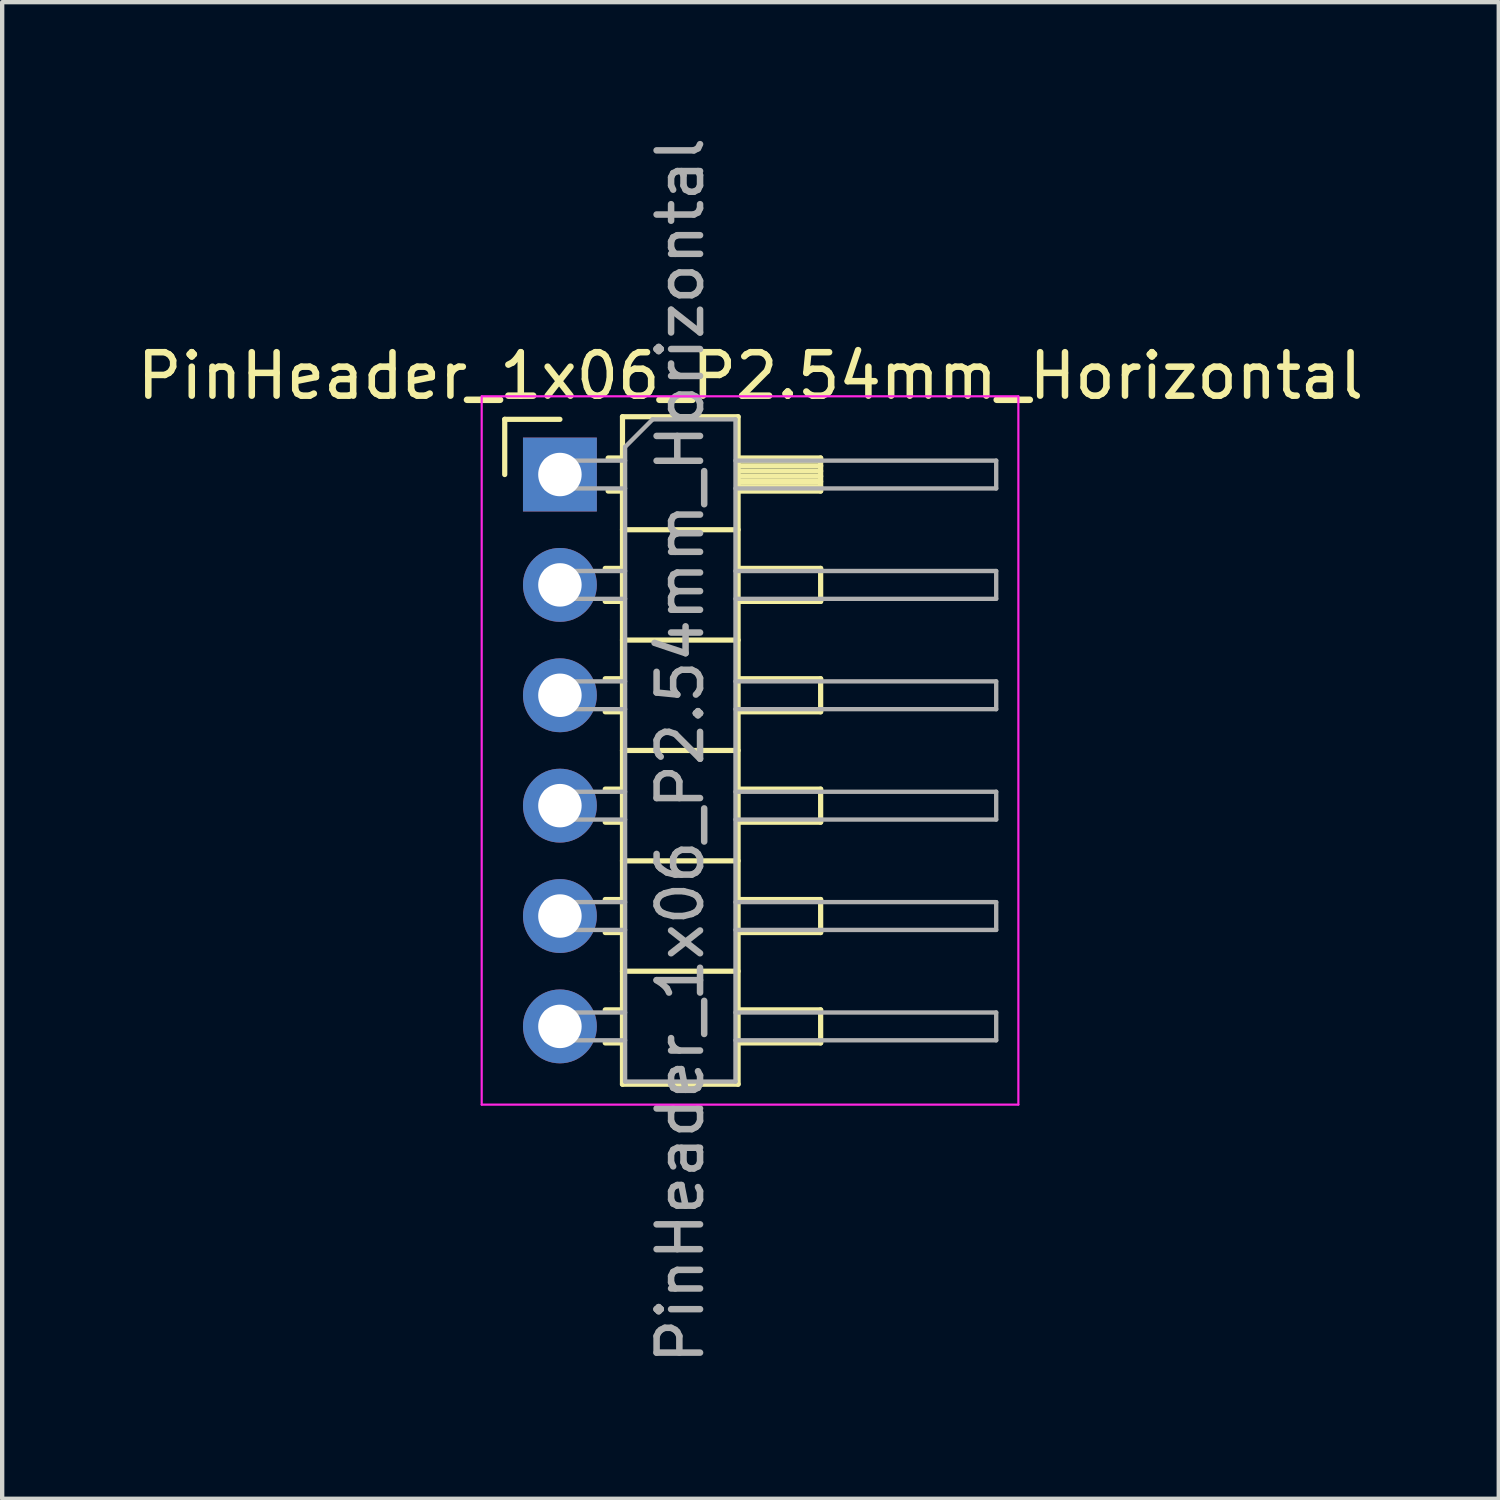
<source format=kicad_pcb>
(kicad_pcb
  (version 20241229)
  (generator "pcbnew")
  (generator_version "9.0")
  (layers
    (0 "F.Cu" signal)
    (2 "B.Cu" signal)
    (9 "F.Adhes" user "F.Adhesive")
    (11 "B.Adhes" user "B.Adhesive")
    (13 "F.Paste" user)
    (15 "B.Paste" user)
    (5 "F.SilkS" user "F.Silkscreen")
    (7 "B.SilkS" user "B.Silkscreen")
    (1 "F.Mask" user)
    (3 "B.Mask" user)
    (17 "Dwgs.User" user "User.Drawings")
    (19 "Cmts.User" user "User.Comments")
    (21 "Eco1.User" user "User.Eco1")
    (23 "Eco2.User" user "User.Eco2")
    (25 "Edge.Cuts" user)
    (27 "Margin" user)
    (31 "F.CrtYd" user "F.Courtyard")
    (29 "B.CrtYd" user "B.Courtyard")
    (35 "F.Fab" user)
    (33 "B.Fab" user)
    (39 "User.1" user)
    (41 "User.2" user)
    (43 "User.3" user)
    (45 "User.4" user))
  (footprint "PinHeader_1x06_P2.54mm_Horizontal"
    (layer "F.Cu")
    (at 9.835 14.22)
    (property "Reference" "PinHeader_1x06_P2.54mm_Horizontal" (at 4.385 -8.62 0) (layer "F.SilkS") (effects (font (size 1 1) (thickness 0.15))))
    (attr through_hole)
    (fp_line (start -1.27 -7.62) (end 0 -7.62) (stroke (width 0.12) (type solid)) (layer "F.SilkS"))
    (fp_line (start -1.27 -6.35) (end -1.27 -7.62) (stroke (width 0.12) (type solid)) (layer "F.SilkS"))
    (fp_line (start 1.043 -4.19) (end 1.44 -4.19) (stroke (width 0.12) (type solid)) (layer "F.SilkS"))
    (fp_line (start 1.043 -3.43) (end 1.44 -3.43) (stroke (width 0.12) (type solid)) (layer "F.SilkS"))
    (fp_line (start 1.043 -1.65) (end 1.44 -1.65) (stroke (width 0.12) (type solid)) (layer "F.SilkS"))
    (fp_line (start 1.043 -0.89) (end 1.44 -0.89) (stroke (width 0.12) (type solid)) (layer "F.SilkS"))
    (fp_line (start 1.043 0.89) (end 1.44 0.89) (stroke (width 0.12) (type solid)) (layer "F.SilkS"))
    (fp_line (start 1.043 1.65) (end 1.44 1.65) (stroke (width 0.12) (type solid)) (layer "F.SilkS"))
    (fp_line (start 1.043 3.43) (end 1.44 3.43) (stroke (width 0.12) (type solid)) (layer "F.SilkS"))
    (fp_line (start 1.043 4.19) (end 1.44 4.19) (stroke (width 0.12) (type solid)) (layer "F.SilkS"))
    (fp_line (start 1.043 5.97) (end 1.44 5.97) (stroke (width 0.12) (type solid)) (layer "F.SilkS"))
    (fp_line (start 1.043 6.73) (end 1.44 6.73) (stroke (width 0.12) (type solid)) (layer "F.SilkS"))
    (fp_line (start 1.11 -6.73) (end 1.44 -6.73) (stroke (width 0.12) (type solid)) (layer "F.SilkS"))
    (fp_line (start 1.11 -5.97) (end 1.44 -5.97) (stroke (width 0.12) (type solid)) (layer "F.SilkS"))
    (fp_line (start 1.44 -7.68) (end 1.44 7.68) (stroke (width 0.12) (type solid)) (layer "F.SilkS"))
    (fp_line (start 1.44 -5.08) (end 4.1 -5.08) (stroke (width 0.12) (type solid)) (layer "F.SilkS"))
    (fp_line (start 1.44 -2.54) (end 4.1 -2.54) (stroke (width 0.12) (type solid)) (layer "F.SilkS"))
    (fp_line (start 1.44 0) (end 4.1 0) (stroke (width 0.12) (type solid)) (layer "F.SilkS"))
    (fp_line (start 1.44 2.54) (end 4.1 2.54) (stroke (width 0.12) (type solid)) (layer "F.SilkS"))
    (fp_line (start 1.44 5.08) (end 4.1 5.08) (stroke (width 0.12) (type solid)) (layer "F.SilkS"))
    (fp_line (start 1.44 7.68) (end 4.1 7.68) (stroke (width 0.12) (type solid)) (layer "F.SilkS"))
    (fp_line (start 4.1 -7.68) (end 1.44 -7.68) (stroke (width 0.12) (type solid)) (layer "F.SilkS"))
    (fp_line (start 4.1 -6.73) (end 6 -6.73) (stroke (width 0.12) (type solid)) (layer "F.SilkS"))
    (fp_line (start 4.1 -6.67) (end 6 -6.67) (stroke (width 0.12) (type solid)) (layer "F.SilkS"))
    (fp_line (start 4.1 -6.55) (end 6 -6.55) (stroke (width 0.12) (type solid)) (layer "F.SilkS"))
    (fp_line (start 4.1 -6.43) (end 6 -6.43) (stroke (width 0.12) (type solid)) (layer "F.SilkS"))
    (fp_line (start 4.1 -6.31) (end 6 -6.31) (stroke (width 0.12) (type solid)) (layer "F.SilkS"))
    (fp_line (start 4.1 -6.19) (end 6 -6.19) (stroke (width 0.12) (type solid)) (layer "F.SilkS"))
    (fp_line (start 4.1 -6.07) (end 6 -6.07) (stroke (width 0.12) (type solid)) (layer "F.SilkS"))
    (fp_line (start 4.1 -4.19) (end 6 -4.19) (stroke (width 0.12) (type solid)) (layer "F.SilkS"))
    (fp_line (start 4.1 -1.65) (end 6 -1.65) (stroke (width 0.12) (type solid)) (layer "F.SilkS"))
    (fp_line (start 4.1 0.89) (end 6 0.89) (stroke (width 0.12) (type solid)) (layer "F.SilkS"))
    (fp_line (start 4.1 3.43) (end 6 3.43) (stroke (width 0.12) (type solid)) (layer "F.SilkS"))
    (fp_line (start 4.1 5.97) (end 6 5.97) (stroke (width 0.12) (type solid)) (layer "F.SilkS"))
    (fp_line (start 4.1 7.68) (end 4.1 -7.68) (stroke (width 0.12) (type solid)) (layer "F.SilkS"))
    (fp_line (start 6 -6.73) (end 6 -5.97) (stroke (width 0.12) (type solid)) (layer "F.SilkS"))
    (fp_line (start 6 -5.97) (end 4.1 -5.97) (stroke (width 0.12) (type solid)) (layer "F.SilkS"))
    (fp_line (start 6 -4.19) (end 6 -3.43) (stroke (width 0.12) (type solid)) (layer "F.SilkS"))
    (fp_line (start 6 -3.43) (end 4.1 -3.43) (stroke (width 0.12) (type solid)) (layer "F.SilkS"))
    (fp_line (start 6 -1.65) (end 6 -0.89) (stroke (width 0.12) (type solid)) (layer "F.SilkS"))
    (fp_line (start 6 -0.89) (end 4.1 -0.89) (stroke (width 0.12) (type solid)) (layer "F.SilkS"))
    (fp_line (start 6 0.89) (end 6 1.65) (stroke (width 0.12) (type solid)) (layer "F.SilkS"))
    (fp_line (start 6 1.65) (end 4.1 1.65) (stroke (width 0.12) (type solid)) (layer "F.SilkS"))
    (fp_line (start 6 3.43) (end 6 4.19) (stroke (width 0.12) (type solid)) (layer "F.SilkS"))
    (fp_line (start 6 4.19) (end 4.1 4.19) (stroke (width 0.12) (type solid)) (layer "F.SilkS"))
    (fp_line (start 6 5.97) (end 6 6.73) (stroke (width 0.12) (type solid)) (layer "F.SilkS"))
    (fp_line (start 6 6.73) (end 4.1 6.73) (stroke (width 0.12) (type solid)) (layer "F.SilkS"))
    (fp_line (start -1.8 -8.15) (end -1.8 8.15) (stroke (width 0.05) (type solid)) (layer "F.CrtYd"))
    (fp_line (start -1.8 8.15) (end 10.55 8.15) (stroke (width 0.05) (type solid)) (layer "F.CrtYd"))
    (fp_line (start 10.55 -8.15) (end -1.8 -8.15) (stroke (width 0.05) (type solid)) (layer "F.CrtYd"))
    (fp_line (start 10.55 8.15) (end 10.55 -8.15) (stroke (width 0.05) (type solid)) (layer "F.CrtYd"))
    (fp_line (start -0.32 -6.67) (end -0.32 -6.03) (stroke (width 0.1) (type solid)) (layer "F.Fab"))
    (fp_line (start -0.32 -6.67) (end 1.5 -6.67) (stroke (width 0.1) (type solid)) (layer "F.Fab"))
    (fp_line (start -0.32 -6.03) (end 1.5 -6.03) (stroke (width 0.1) (type solid)) (layer "F.Fab"))
    (fp_line (start -0.32 -4.13) (end -0.32 -3.49) (stroke (width 0.1) (type solid)) (layer "F.Fab"))
    (fp_line (start -0.32 -4.13) (end 1.5 -4.13) (stroke (width 0.1) (type solid)) (layer "F.Fab"))
    (fp_line (start -0.32 -3.49) (end 1.5 -3.49) (stroke (width 0.1) (type solid)) (layer "F.Fab"))
    (fp_line (start -0.32 -1.59) (end -0.32 -0.95) (stroke (width 0.1) (type solid)) (layer "F.Fab"))
    (fp_line (start -0.32 -1.59) (end 1.5 -1.59) (stroke (width 0.1) (type solid)) (layer "F.Fab"))
    (fp_line (start -0.32 -0.95) (end 1.5 -0.95) (stroke (width 0.1) (type solid)) (layer "F.Fab"))
    (fp_line (start -0.32 0.95) (end -0.32 1.59) (stroke (width 0.1) (type solid)) (layer "F.Fab"))
    (fp_line (start -0.32 0.95) (end 1.5 0.95) (stroke (width 0.1) (type solid)) (layer "F.Fab"))
    (fp_line (start -0.32 1.59) (end 1.5 1.59) (stroke (width 0.1) (type solid)) (layer "F.Fab"))
    (fp_line (start -0.32 3.49) (end -0.32 4.13) (stroke (width 0.1) (type solid)) (layer "F.Fab"))
    (fp_line (start -0.32 3.49) (end 1.5 3.49) (stroke (width 0.1) (type solid)) (layer "F.Fab"))
    (fp_line (start -0.32 4.13) (end 1.5 4.13) (stroke (width 0.1) (type solid)) (layer "F.Fab"))
    (fp_line (start -0.32 6.03) (end -0.32 6.67) (stroke (width 0.1) (type solid)) (layer "F.Fab"))
    (fp_line (start -0.32 6.03) (end 1.5 6.03) (stroke (width 0.1) (type solid)) (layer "F.Fab"))
    (fp_line (start -0.32 6.67) (end 1.5 6.67) (stroke (width 0.1) (type solid)) (layer "F.Fab"))
    (fp_line (start 1.5 -6.985) (end 2.135 -7.62) (stroke (width 0.1) (type solid)) (layer "F.Fab"))
    (fp_line (start 1.5 7.62) (end 1.5 -6.985) (stroke (width 0.1) (type solid)) (layer "F.Fab"))
    (fp_line (start 2.135 -7.62) (end 4.04 -7.62) (stroke (width 0.1) (type solid)) (layer "F.Fab"))
    (fp_line (start 4.04 -7.62) (end 4.04 7.62) (stroke (width 0.1) (type solid)) (layer "F.Fab"))
    (fp_line (start 4.04 -6.67) (end 10.04 -6.67) (stroke (width 0.1) (type solid)) (layer "F.Fab"))
    (fp_line (start 4.04 -6.03) (end 10.04 -6.03) (stroke (width 0.1) (type solid)) (layer "F.Fab"))
    (fp_line (start 4.04 -4.13) (end 10.04 -4.13) (stroke (width 0.1) (type solid)) (layer "F.Fab"))
    (fp_line (start 4.04 -3.49) (end 10.04 -3.49) (stroke (width 0.1) (type solid)) (layer "F.Fab"))
    (fp_line (start 4.04 -1.59) (end 10.04 -1.59) (stroke (width 0.1) (type solid)) (layer "F.Fab"))
    (fp_line (start 4.04 -0.95) (end 10.04 -0.95) (stroke (width 0.1) (type solid)) (layer "F.Fab"))
    (fp_line (start 4.04 0.95) (end 10.04 0.95) (stroke (width 0.1) (type solid)) (layer "F.Fab"))
    (fp_line (start 4.04 1.59) (end 10.04 1.59) (stroke (width 0.1) (type solid)) (layer "F.Fab"))
    (fp_line (start 4.04 3.49) (end 10.04 3.49) (stroke (width 0.1) (type solid)) (layer "F.Fab"))
    (fp_line (start 4.04 4.13) (end 10.04 4.13) (stroke (width 0.1) (type solid)) (layer "F.Fab"))
    (fp_line (start 4.04 6.03) (end 10.04 6.03) (stroke (width 0.1) (type solid)) (layer "F.Fab"))
    (fp_line (start 4.04 6.67) (end 10.04 6.67) (stroke (width 0.1) (type solid)) (layer "F.Fab"))
    (fp_line (start 4.04 7.62) (end 1.5 7.62) (stroke (width 0.1) (type solid)) (layer "F.Fab"))
    (fp_line (start 10.04 -6.67) (end 10.04 -6.03) (stroke (width 0.1) (type solid)) (layer "F.Fab"))
    (fp_line (start 10.04 -4.13) (end 10.04 -3.49) (stroke (width 0.1) (type solid)) (layer "F.Fab"))
    (fp_line (start 10.04 -1.59) (end 10.04 -0.95) (stroke (width 0.1) (type solid)) (layer "F.Fab"))
    (fp_line (start 10.04 0.95) (end 10.04 1.59) (stroke (width 0.1) (type solid)) (layer "F.Fab"))
    (fp_line (start 10.04 3.49) (end 10.04 4.13) (stroke (width 0.1) (type solid)) (layer "F.Fab"))
    (fp_line (start 10.04 6.03) (end 10.04 6.67) (stroke (width 0.1) (type solid)) (layer "F.Fab"))
    (fp_text user "${REFERENCE}" (at 2.77 0 90) (layer "F.Fab") (effects (font (size 1 1) (thickness 0.15))))
    (pad "1" thru_hole rect (at 0 -6.35) (size 1.7 1.7) (drill 1) (layers "*.Cu" "*.Mask"))
    (pad "2" thru_hole oval (at 0 -3.81) (size 1.7 1.7) (drill 1) (layers "*.Cu" "*.Mask"))
    (pad "3" thru_hole oval (at 0 -1.27) (size 1.7 1.7) (drill 1) (layers "*.Cu" "*.Mask"))
    (pad "4" thru_hole oval (at 0 1.27) (size 1.7 1.7) (drill 1) (layers "*.Cu" "*.Mask"))
    (pad "5" thru_hole oval (at 0 3.81) (size 1.7 1.7) (drill 1) (layers "*.Cu" "*.Mask"))
    (pad "6" thru_hole oval (at 0 6.35) (size 1.7 1.7) (drill 1) (layers "*.Cu" "*.Mask")))
  (gr_rect
    (start -3 -3)
    (end 31.44 31.44)
    (stroke (width 0.1) (type default))
    (fill no)
    (layer "Edge.Cuts")))
</source>
